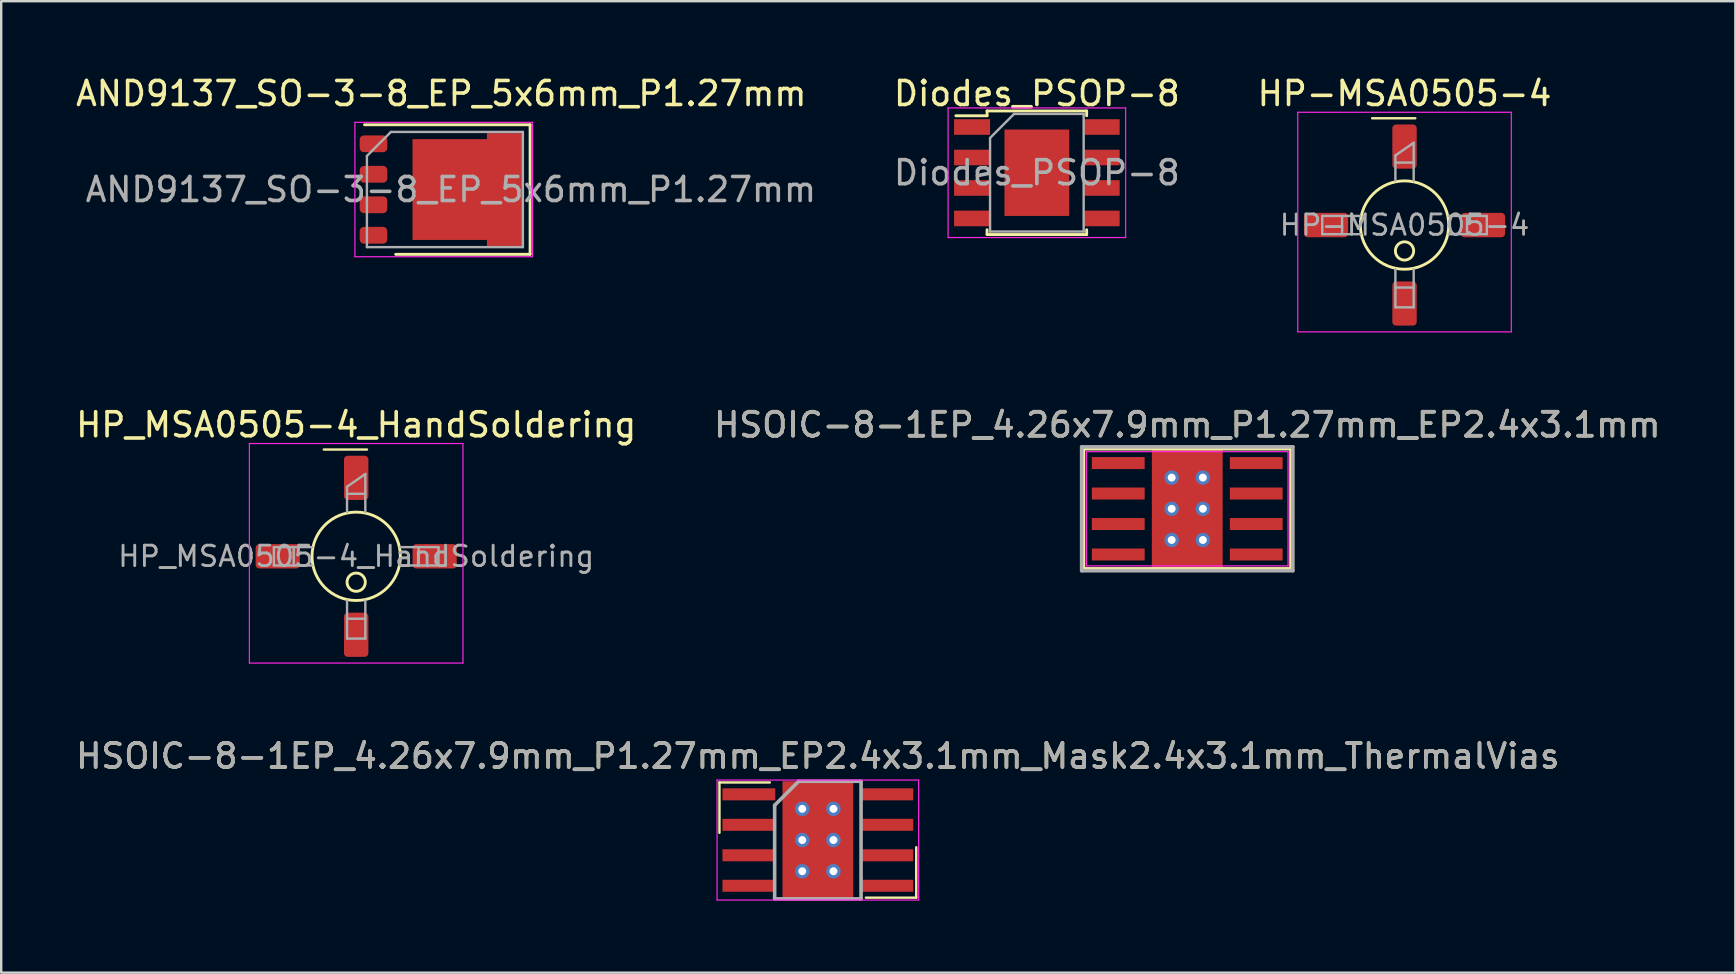
<source format=kicad_pcb>
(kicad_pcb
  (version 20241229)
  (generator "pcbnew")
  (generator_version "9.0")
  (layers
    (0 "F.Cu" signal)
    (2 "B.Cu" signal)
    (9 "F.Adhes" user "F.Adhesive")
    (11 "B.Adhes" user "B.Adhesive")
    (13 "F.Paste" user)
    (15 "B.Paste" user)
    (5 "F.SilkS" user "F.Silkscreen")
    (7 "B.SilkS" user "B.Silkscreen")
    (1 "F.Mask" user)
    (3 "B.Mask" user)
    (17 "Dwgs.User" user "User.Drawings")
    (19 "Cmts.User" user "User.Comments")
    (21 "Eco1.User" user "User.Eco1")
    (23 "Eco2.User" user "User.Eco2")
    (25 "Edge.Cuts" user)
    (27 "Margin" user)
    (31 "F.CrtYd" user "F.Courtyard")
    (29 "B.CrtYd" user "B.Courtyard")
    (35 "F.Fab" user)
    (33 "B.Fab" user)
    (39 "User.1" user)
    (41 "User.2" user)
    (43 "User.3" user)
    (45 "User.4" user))
  (footprint "HP-MSA0505-4"
    (layer "F.Cu")
    (at 55.477 6.328)
    (property "Reference" "HP-MSA0505-4" (at 0 -5.48 0) (layer "F.SilkS") (effects (font (size 1 1) (thickness 0.15))))
    (attr smd)
    (fp_line (start 0.45 -4.45) (end -1.35 -4.45) (stroke (width 0.1) (type solid)) (layer "F.SilkS"))
    (fp_circle (center 0 0) (end 1.841 0) (stroke (width 0.12) (type solid)) (fill no) (layer "F.SilkS"))
    (fp_circle (center 0 1.079) (end 0.381 1.079) (stroke (width 0.12) (type solid)) (fill no) (layer "F.SilkS"))
    (fp_line (start -4.45 -4.7) (end 4.45 -4.7) (stroke (width 0.05) (type solid)) (layer "F.CrtYd"))
    (fp_line (start -4.45 4.45) (end -4.45 -4.7) (stroke (width 0.05) (type solid)) (layer "F.CrtYd"))
    (fp_line (start 4.45 -4.7) (end 4.45 4.45) (stroke (width 0.05) (type solid)) (layer "F.CrtYd"))
    (fp_line (start 4.45 4.45) (end -4.45 4.45) (stroke (width 0.05) (type solid)) (layer "F.CrtYd"))
    (fp_line (start -3.429 -0.381) (end -3.429 0.381) (stroke (width 0.1) (type solid)) (layer "F.Fab"))
    (fp_line (start -3.429 0.381) (end -1.841 0.381) (stroke (width 0.1) (type solid)) (layer "F.Fab"))
    (fp_line (start -2.603 -0.381) (end -2.603 0.381) (stroke (width 0.1) (type solid)) (layer "F.Fab"))
    (fp_line (start -1.841 -0.381) (end -3.429 -0.381) (stroke (width 0.1) (type solid)) (layer "F.Fab"))
    (fp_line (start -0.381 -2.9) (end 0.381 -3.429) (stroke (width 0.1) (type solid)) (layer "F.Fab"))
    (fp_line (start -0.381 -2.603) (end 0.381 -2.603) (stroke (width 0.1) (type solid)) (layer "F.Fab"))
    (fp_line (start -0.381 -1.841) (end -0.381 -2.9) (stroke (width 0.1) (type solid)) (layer "F.Fab"))
    (fp_line (start -0.381 2.603) (end 0.381 2.603) (stroke (width 0.1) (type solid)) (layer "F.Fab"))
    (fp_line (start -0.381 3.429) (end -0.381 1.841) (stroke (width 0.1) (type solid)) (layer "F.Fab"))
    (fp_line (start 0.381 -3.429) (end 0.381 -1.841) (stroke (width 0.1) (type solid)) (layer "F.Fab"))
    (fp_line (start 0.381 1.841) (end 0.381 3.429) (stroke (width 0.1) (type solid)) (layer "F.Fab"))
    (fp_line (start 0.381 3.429) (end -0.381 3.429) (stroke (width 0.1) (type solid)) (layer "F.Fab"))
    (fp_line (start 1.841 -0.381) (end 3.429 -0.381) (stroke (width 0.1) (type solid)) (layer "F.Fab"))
    (fp_line (start 2.603 -0.381) (end 2.603 0.381) (stroke (width 0.1) (type solid)) (layer "F.Fab"))
    (fp_line (start 3.429 -0.381) (end 3.429 0.381) (stroke (width 0.1) (type solid)) (layer "F.Fab"))
    (fp_line (start 3.429 0.381) (end 1.841 0.381) (stroke (width 0.1) (type solid)) (layer "F.Fab"))
    (fp_text user "${REFERENCE}" (at 0 0 0) (layer "F.Fab") (effects (font (size 0.85 0.85) (thickness 0.12))))
    (pad "1" smd roundrect (at 0 -3.27) (size 1.016 1.841) (layers "F.Cu" "F.Mask" "F.Paste") (roundrect_rratio 0.15))
    (pad "2" smd roundrect (at -3.27 0) (size 1.841 1.016) (layers "F.Cu" "F.Mask" "F.Paste") (roundrect_rratio 0.15))
    (pad "3" smd roundrect (at 0 3.27) (size 1.016 1.841) (layers "F.Cu" "F.Mask" "F.Paste") (roundrect_rratio 0.15))
    (pad "4" smd roundrect (at 3.27 0) (size 1.841 1.016) (layers "F.Cu" "F.Mask" "F.Paste") (roundrect_rratio 0.15)))
  (footprint "AND9137_SO-3-8_EP_5x6mm_P1.27mm"
    (layer "F.Cu")
    (at 15.339 4.848)
    (property "Reference" "AND9137_SO-3-8_EP_5x6mm_P1.27mm" (at 0 -4 0) (layer "F.SilkS") (effects (font (size 1 1) (thickness 0.15))))
    (attr smd)
    (fp_line (start -1.9 2.7) (end 3.7 2.7) (stroke (width 0.12) (type solid)) (layer "F.SilkS"))
    (fp_line (start 3.7 -2.7) (end -3.2 -2.7) (stroke (width 0.12) (type solid)) (layer "F.SilkS"))
    (fp_line (start 3.7 2.7) (end 3.7 -2.7) (stroke (width 0.12) (type solid)) (layer "F.SilkS"))
    (fp_line (start -3.6 -2.8) (end 3.8 -2.8) (stroke (width 0.05) (type solid)) (layer "F.CrtYd"))
    (fp_line (start -3.6 2.8) (end -3.6 -2.8) (stroke (width 0.05) (type solid)) (layer "F.CrtYd"))
    (fp_line (start 3.8 -2.8) (end 3.8 2.8) (stroke (width 0.05) (type solid)) (layer "F.CrtYd"))
    (fp_line (start 3.8 2.8) (end -3.6 2.8) (stroke (width 0.05) (type solid)) (layer "F.CrtYd"))
    (fp_line (start -3.1 -1.4) (end -3.1 2.4) (stroke (width 0.1) (type solid)) (layer "F.Fab"))
    (fp_line (start -3.1 -1.4) (end -2.1 -2.4) (stroke (width 0.1) (type solid)) (layer "F.Fab"))
    (fp_line (start -3.1 2.4) (end 3.4 2.4) (stroke (width 0.1) (type solid)) (layer "F.Fab"))
    (fp_line (start 3.4 -2.4) (end -2.1 -2.4) (stroke (width 0.1) (type solid)) (layer "F.Fab"))
    (fp_line (start 3.4 2.4) (end 3.4 -2.4) (stroke (width 0.1) (type solid)) (layer "F.Fab"))
    (fp_text user "${REFERENCE}" (at 0.4 0 180) (layer "F.Fab") (effects (font (size 1 1) (thickness 0.15))))
    (pad "" smd rect (at -0.65 -1.15 90) (size 0.9 0.6) (layers "F.Paste"))
    (pad "" smd rect (at -0.65 0 90) (size 0.9 0.6) (layers "F.Paste"))
    (pad "" smd rect (at -0.65 1.15 90) (size 0.9 0.6) (layers "F.Paste"))
    (pad "" smd rect (at 0.2 -1.15 90) (size 0.9 0.6) (layers "F.Paste"))
    (pad "" smd rect (at 0.2 0 90) (size 0.9 0.6) (layers "F.Paste"))
    (pad "" smd rect (at 0.2 1.15 90) (size 0.9 0.6) (layers "F.Paste"))
    (pad "" smd rect (at 1.05 -1.15 90) (size 0.9 0.6) (layers "F.Paste"))
    (pad "" smd rect (at 1.05 0 90) (size 0.9 0.6) (layers "F.Paste"))
    (pad "" smd rect (at 1.05 1.15 90) (size 0.9 0.6) (layers "F.Paste"))
    (pad "" smd rect (at 1.9 -1.15 90) (size 0.9 0.6) (layers "F.Paste"))
    (pad "" smd rect (at 1.9 0 90) (size 0.9 0.6) (layers "F.Paste"))
    (pad "" smd rect (at 1.9 1.15 90) (size 0.9 0.6) (layers "F.Paste"))
    (pad "" smd rect (at 2.9 -1.91 90) (size 0.6 0.9) (layers "F.Paste"))
    (pad "" smd rect (at 2.9 -0.64 90) (size 0.6 0.9) (layers "F.Paste"))
    (pad "" smd rect (at 2.9 0.63 90) (size 0.6 0.9) (layers "F.Paste"))
    (pad "" smd rect (at 2.9 1.9 90) (size 0.6 0.9) (layers "F.Paste"))
    (pad "1" smd roundrect (at -2.825 -1.905 90) (size 0.7 1.15) (layers "F.Cu" "F.Mask" "F.Paste") (roundrect_rratio 0.25))
    (pad "1" smd roundrect (at -2.825 -0.635 90) (size 0.7 1.15) (layers "F.Cu" "F.Mask" "F.Paste") (roundrect_rratio 0.25))
    (pad "1" smd roundrect (at -2.825 0.635 90) (size 0.7 1.15) (layers "F.Cu" "F.Mask" "F.Paste") (roundrect_rratio 0.25))
    (pad "2" smd roundrect (at -2.825 1.905 90) (size 0.7 1.15) (layers "F.Cu" "F.Mask" "F.Paste") (roundrect_rratio 0.25))
    (pad "3" smd custom (at -0.1 0 90) (size 4 2) (layers "F.Cu" "F.Mask") (options (anchor rect)) (primitives (gr_poly (pts (xy -2.35 3.5) (xy 2.35 3.5) (xy 2.35 2) (xy 2.1 2) (xy 2.1 -1.1) (xy -2.1 -1.1) (xy -2.1 2) (xy -2.35 2)) (width 0) (fill yes)))))
  (footprint "Diodes_PSOP-8"
    (layer "F.Cu")
    (at 40.156 4.148)
    (property "Reference" "Diodes_PSOP-8" (at 0 -3.3 0) (layer "F.SilkS") (effects (font (size 1 1) (thickness 0.15))))
    (attr smd)
    (fp_line (start -2.075 -2.575) (end -2.075 -2.375) (stroke (width 0.12) (type solid)) (layer "F.SilkS"))
    (fp_line (start -2.075 -2.575) (end 2.075 -2.575) (stroke (width 0.12) (type solid)) (layer "F.SilkS"))
    (fp_line (start -2.075 -2.375) (end -3.375 -2.375) (stroke (width 0.12) (type solid)) (layer "F.SilkS"))
    (fp_line (start -2.075 2.575) (end -2.075 2.375) (stroke (width 0.12) (type solid)) (layer "F.SilkS"))
    (fp_line (start -2.075 2.575) (end 2.075 2.575) (stroke (width 0.12) (type solid)) (layer "F.SilkS"))
    (fp_line (start 2.075 -2.575) (end 2.075 -2.375) (stroke (width 0.12) (type solid)) (layer "F.SilkS"))
    (fp_line (start 2.075 2.575) (end 2.075 2.375) (stroke (width 0.12) (type solid)) (layer "F.SilkS"))
    (fp_line (start -3.7 -2.7) (end -3.7 2.7) (stroke (width 0.05) (type solid)) (layer "F.CrtYd"))
    (fp_line (start -3.7 -2.7) (end 3.7 -2.7) (stroke (width 0.05) (type solid)) (layer "F.CrtYd"))
    (fp_line (start -3.7 2.7) (end 3.7 2.7) (stroke (width 0.05) (type solid)) (layer "F.CrtYd"))
    (fp_line (start 3.7 -2.7) (end 3.7 2.7) (stroke (width 0.05) (type solid)) (layer "F.CrtYd"))
    (fp_line (start -1.95 -1.45) (end -0.95 -2.45) (stroke (width 0.1) (type solid)) (layer "F.Fab"))
    (fp_line (start -1.95 2.45) (end -1.95 -1.45) (stroke (width 0.1) (type solid)) (layer "F.Fab"))
    (fp_line (start -0.95 -2.45) (end 1.95 -2.45) (stroke (width 0.1) (type solid)) (layer "F.Fab"))
    (fp_line (start 1.95 -2.45) (end 1.95 2.45) (stroke (width 0.1) (type solid)) (layer "F.Fab"))
    (fp_line (start 1.95 2.45) (end -1.95 2.45) (stroke (width 0.1) (type solid)) (layer "F.Fab"))
    (fp_text user "${REFERENCE}" (at 0 0 0) (layer "F.Fab") (effects (font (size 1 1) (thickness 0.15))))
    (pad "" smd rect (at -0.675 -0.9) (size 0.8 1) (layers "F.Paste"))
    (pad "" smd rect (at -0.675 0.9) (size 0.8 1) (layers "F.Paste"))
    (pad "" smd rect (at 0.675 -0.9) (size 0.8 1) (layers "F.Paste"))
    (pad "" smd rect (at 0.675 0.9) (size 0.8 1) (layers "F.Paste"))
    (pad "1" smd rect (at -2.7 -1.905) (size 1.5 0.65) (layers "F.Cu" "F.Mask" "F.Paste"))
    (pad "2" smd rect (at -2.7 -0.635) (size 1.5 0.65) (layers "F.Cu" "F.Mask" "F.Paste"))
    (pad "3" smd rect (at -2.7 0.635) (size 1.5 0.65) (layers "F.Cu" "F.Mask" "F.Paste"))
    (pad "4" smd rect (at -2.7 1.905) (size 1.5 0.65) (layers "F.Cu" "F.Mask" "F.Paste"))
    (pad "5" smd rect (at 2.7 1.905) (size 1.5 0.65) (layers "F.Cu" "F.Mask" "F.Paste"))
    (pad "6" smd rect (at 2.7 0.635) (size 1.5 0.65) (layers "F.Cu" "F.Mask" "F.Paste"))
    (pad "7" smd rect (at 2.7 -0.635) (size 1.5 0.65) (layers "F.Cu" "F.Mask" "F.Paste"))
    (pad "8" smd rect (at 2.7 -1.905) (size 1.5 0.65) (layers "F.Cu" "F.Mask" "F.Paste"))
    (pad "9" smd rect (at 0 0) (size 2.7 3.6) (layers "F.Cu" "F.Mask")))
  (footprint "HSOIC-8-1EP_4.26x7.9mm_P1.27mm_EP2.4x3.1mm_Mask2.4x3.1mm_ThermalVias"
    (layer "F.Cu")
    (at 31.03 31.955)
    (property "Reference" "HSOIC-8-1EP_4.26x7.9mm_P1.27mm_EP2.4x3.1mm_Mask2.4x3.1mm_ThermalVias" (at 0 -3.5 0) (layer "F.SilkS") (effects (font (size 1 1) (thickness 0.15))))
    (attr smd)
    (fp_line (start -4.1 -2.4) (end -2 -2.4) (stroke (width 0.1) (type solid)) (layer "F.SilkS"))
    (fp_line (start -4.1 -0.3) (end -4.1 -2.4) (stroke (width 0.1) (type solid)) (layer "F.SilkS"))
    (fp_line (start 4.1 0.3) (end 4.1 2.4) (stroke (width 0.1) (type solid)) (layer "F.SilkS"))
    (fp_line (start 4.1 2.4) (end 2 2.4) (stroke (width 0.1) (type solid)) (layer "F.SilkS"))
    (fp_line (start -4.2 -2.5) (end 4.2 -2.5) (stroke (width 0.05) (type solid)) (layer "F.CrtYd"))
    (fp_line (start -4.2 2.5) (end -4.2 -2.5) (stroke (width 0.05) (type solid)) (layer "F.CrtYd"))
    (fp_line (start 4.2 -2.5) (end 4.2 2.5) (stroke (width 0.05) (type solid)) (layer "F.CrtYd"))
    (fp_line (start 4.2 2.5) (end -4.2 2.5) (stroke (width 0.05) (type solid)) (layer "F.CrtYd"))
    (fp_line (start -1.8 -1.45) (end -0.8 -2.45) (stroke (width 0.15) (type solid)) (layer "F.Fab"))
    (fp_line (start -1.8 2.45) (end -1.8 -1.45) (stroke (width 0.15) (type solid)) (layer "F.Fab"))
    (fp_line (start -0.8 -2.45) (end 1.8 -2.45) (stroke (width 0.15) (type solid)) (layer "F.Fab"))
    (fp_line (start 1.8 -2.45) (end 1.8 2.45) (stroke (width 0.15) (type solid)) (layer "F.Fab"))
    (fp_line (start 1.8 2.45) (end -1.8 2.45) (stroke (width 0.15) (type solid)) (layer "F.Fab"))
    (fp_text user "${REFERENCE}" (at 0 -3.5 0) (layer "F.Fab") (effects (font (size 1 1) (thickness 0.15))))
    (pad "1" smd rect (at -2.875 -1.905) (size 2.2 0.5) (layers "F.Cu" "F.Mask" "F.Paste"))
    (pad "2" smd rect (at -2.875 -0.635) (size 2.2 0.5) (layers "F.Cu" "F.Mask" "F.Paste"))
    (pad "3" smd rect (at -2.875 0.635) (size 2.2 0.5) (layers "F.Cu" "F.Mask" "F.Paste"))
    (pad "4" smd rect (at -2.875 1.905) (size 2.2 0.5) (layers "F.Cu" "F.Mask" "F.Paste"))
    (pad "5" smd rect (at 2.875 1.905) (size 2.2 0.5) (layers "F.Cu" "F.Mask" "F.Paste"))
    (pad "6" smd rect (at 2.875 0.635) (size 2.2 0.5) (layers "F.Cu" "F.Mask" "F.Paste"))
    (pad "7" smd rect (at 2.875 -0.635) (size 2.2 0.5) (layers "F.Cu" "F.Mask" "F.Paste"))
    (pad "8" smd rect (at 2.875 -1.905) (size 2.2 0.5) (layers "F.Cu" "F.Mask" "F.Paste"))
    (pad "9" thru_hole circle (at -0.65 -1.3) (size 0.6 0.6) (drill 0.33) (layers "*.Cu" "*.Mask"))
    (pad "9" thru_hole circle (at -0.65 0) (size 0.6 0.6) (drill 0.33) (layers "*.Cu" "*.Mask"))
    (pad "9" thru_hole circle (at -0.65 1.3) (size 0.6 0.6) (drill 0.33) (layers "*.Cu" "*.Mask"))
    (pad "9" smd rect (at 0 0) (size 2.4 3.1) (layers "F.Cu" "F.Mask" "F.Paste"))
    (pad "9" smd rect (at 0 0) (size 2.95 4.9) (layers "F.Cu" "F.Paste"))
    (pad "9" thru_hole circle (at 0.65 -1.3) (size 0.6 0.6) (drill 0.33) (layers "*.Cu" "*.Mask"))
    (pad "9" thru_hole circle (at 0.65 0) (size 0.6 0.6) (drill 0.33) (layers "*.Cu" "*.Mask"))
    (pad "9" thru_hole circle (at 0.65 1.3) (size 0.6 0.6) (drill 0.33) (layers "*.Cu" "*.Mask")))
  (footprint "HP_MSA0505-4_HandSoldering"
    (layer "F.Cu")
    (at 11.792 20.131)
    (property "Reference" "HP_MSA0505-4_HandSoldering" (at 0 -5.48 0) (layer "F.SilkS") (effects (font (size 1 1) (thickness 0.15))))
    (attr smd)
    (fp_line (start 0.45 -4.45) (end -1.35 -4.45) (stroke (width 0.1) (type solid)) (layer "F.SilkS"))
    (fp_circle (center 0 0) (end 1.841 0) (stroke (width 0.12) (type solid)) (fill no) (layer "F.SilkS"))
    (fp_circle (center 0 1.079) (end 0.381 1.079) (stroke (width 0.12) (type solid)) (fill no) (layer "F.SilkS"))
    (fp_line (start -4.45 -4.7) (end 4.45 -4.7) (stroke (width 0.05) (type solid)) (layer "F.CrtYd"))
    (fp_line (start -4.45 4.45) (end -4.45 -4.7) (stroke (width 0.05) (type solid)) (layer "F.CrtYd"))
    (fp_line (start 4.45 -4.7) (end 4.45 4.45) (stroke (width 0.05) (type solid)) (layer "F.CrtYd"))
    (fp_line (start 4.45 4.45) (end -4.45 4.45) (stroke (width 0.05) (type solid)) (layer "F.CrtYd"))
    (fp_line (start -3.429 -0.381) (end -3.429 0.381) (stroke (width 0.1) (type solid)) (layer "F.Fab"))
    (fp_line (start -3.429 0.381) (end -1.841 0.381) (stroke (width 0.1) (type solid)) (layer "F.Fab"))
    (fp_line (start -2.603 -0.381) (end -2.603 0.381) (stroke (width 0.1) (type solid)) (layer "F.Fab"))
    (fp_line (start -1.841 -0.381) (end -3.429 -0.381) (stroke (width 0.1) (type solid)) (layer "F.Fab"))
    (fp_line (start -0.381 -2.9) (end 0.381 -3.429) (stroke (width 0.1) (type solid)) (layer "F.Fab"))
    (fp_line (start -0.381 -2.603) (end 0.381 -2.603) (stroke (width 0.1) (type solid)) (layer "F.Fab"))
    (fp_line (start -0.381 -1.841) (end -0.381 -2.9) (stroke (width 0.1) (type solid)) (layer "F.Fab"))
    (fp_line (start -0.381 2.603) (end 0.381 2.603) (stroke (width 0.1) (type solid)) (layer "F.Fab"))
    (fp_line (start -0.381 3.429) (end -0.381 1.841) (stroke (width 0.1) (type solid)) (layer "F.Fab"))
    (fp_line (start 0.381 -3.429) (end 0.381 -1.841) (stroke (width 0.1) (type solid)) (layer "F.Fab"))
    (fp_line (start 0.381 1.841) (end 0.381 3.429) (stroke (width 0.1) (type solid)) (layer "F.Fab"))
    (fp_line (start 0.381 3.429) (end -0.381 3.429) (stroke (width 0.1) (type solid)) (layer "F.Fab"))
    (fp_line (start 1.841 -0.381) (end 3.429 -0.381) (stroke (width 0.1) (type solid)) (layer "F.Fab"))
    (fp_line (start 2.603 -0.381) (end 2.603 0.381) (stroke (width 0.1) (type solid)) (layer "F.Fab"))
    (fp_line (start 3.429 -0.381) (end 3.429 0.381) (stroke (width 0.1) (type solid)) (layer "F.Fab"))
    (fp_line (start 3.429 0.381) (end 1.841 0.381) (stroke (width 0.1) (type solid)) (layer "F.Fab"))
    (fp_text user "${REFERENCE}" (at 0 0 0) (layer "F.Fab") (effects (font (size 0.85 0.85) (thickness 0.12))))
    (pad "1" smd roundrect (at 0 -3.27) (size 1.016 1.841) (layers "F.Cu" "F.Mask" "F.Paste") (roundrect_rratio 0.15))
    (pad "2" smd roundrect (at -3.27 0) (size 1.841 1.016) (layers "F.Cu" "F.Mask" "F.Paste") (roundrect_rratio 0.15))
    (pad "3" smd roundrect (at 0 3.27) (size 1.016 1.841) (layers "F.Cu" "F.Mask" "F.Paste") (roundrect_rratio 0.15))
    (pad "4" smd roundrect (at 3.27 0) (size 1.841 1.016) (layers "F.Cu" "F.Mask" "F.Paste") (roundrect_rratio 0.15)))
  (footprint "HSOIC-8-1EP_4.26x7.9mm_P1.27mm_EP2.4x3.1mm"
    (layer "F.Cu")
    (at 46.423 18.151)
    (property "Reference" "HSOIC-8-1EP_4.26x7.9mm_P1.27mm_EP2.4x3.1mm" (at 0 -3.5 0) (layer "F.SilkS") (effects (font (size 1 1) (thickness 0.15))))
    (attr smd)
    (fp_line (start -4.3 -2.48) (end 4.3 -2.48) (stroke (width 0.1) (type solid)) (layer "F.SilkS"))
    (fp_line (start -4.3 2.48) (end -4.3 -2.48) (stroke (width 0.1) (type solid)) (layer "F.SilkS"))
    (fp_line (start 4.3 -2.48) (end 4.3 2.48) (stroke (width 0.1) (type solid)) (layer "F.SilkS"))
    (fp_line (start 4.3 2.48) (end -4.3 2.48) (stroke (width 0.1) (type solid)) (layer "F.SilkS"))
    (fp_line (start -4.2 -2.38) (end 4.2 -2.38) (stroke (width 0.05) (type solid)) (layer "F.CrtYd"))
    (fp_line (start -4.2 2.38) (end -4.2 -2.38) (stroke (width 0.05) (type solid)) (layer "F.CrtYd"))
    (fp_line (start 4.2 -2.38) (end 4.2 2.38) (stroke (width 0.05) (type solid)) (layer "F.CrtYd"))
    (fp_line (start 4.2 2.38) (end -4.2 2.38) (stroke (width 0.05) (type solid)) (layer "F.CrtYd"))
    (fp_line (start -4.4 -2.58) (end 4.4 -2.58) (stroke (width 0.15) (type solid)) (layer "F.Fab"))
    (fp_line (start -4.4 2.58) (end -4.4 -2.58) (stroke (width 0.15) (type solid)) (layer "F.Fab"))
    (fp_line (start 4.4 -2.58) (end 4.4 2.58) (stroke (width 0.15) (type solid)) (layer "F.Fab"))
    (fp_line (start 4.4 2.58) (end -4.4 2.58) (stroke (width 0.15) (type solid)) (layer "F.Fab"))
    (fp_text user "${REFERENCE}" (at 0 -3.5 0) (layer "F.Fab") (effects (font (size 1 1) (thickness 0.15))))
    (pad "1" smd rect (at -2.875 -1.905) (size 2.2 0.5) (layers "F.Cu" "F.Mask" "F.Paste"))
    (pad "2" smd rect (at -2.875 -0.635) (size 2.2 0.5) (layers "F.Cu" "F.Mask" "F.Paste"))
    (pad "3" smd rect (at -2.875 0.635) (size 2.2 0.5) (layers "F.Cu" "F.Mask" "F.Paste"))
    (pad "4" smd rect (at -2.875 1.905) (size 2.2 0.5) (layers "F.Cu" "F.Mask" "F.Paste"))
    (pad "5" smd rect (at 2.875 1.905) (size 2.2 0.5) (layers "F.Cu" "F.Mask" "F.Paste"))
    (pad "6" smd rect (at 2.875 0.635) (size 2.2 0.5) (layers "F.Cu" "F.Mask" "F.Paste"))
    (pad "7" smd rect (at 2.875 -0.635) (size 2.2 0.5) (layers "F.Cu" "F.Mask" "F.Paste"))
    (pad "8" smd rect (at 2.875 -1.905) (size 2.2 0.5) (layers "F.Cu" "F.Mask" "F.Paste"))
    (pad "9" thru_hole circle (at -0.65 -1.3) (size 0.6 0.6) (drill 0.33) (layers "*.Cu" "*.Mask"))
    (pad "9" thru_hole circle (at -0.65 0) (size 0.6 0.6) (drill 0.33) (layers "*.Cu" "*.Mask"))
    (pad "9" thru_hole circle (at -0.65 1.3) (size 0.6 0.6) (drill 0.33) (layers "*.Cu" "*.Mask"))
    (pad "9" smd rect (at 0 0) (size 2.95 4.9) (layers "F.Cu" "F.Mask" "F.Paste"))
    (pad "9" thru_hole circle (at 0.65 -1.3) (size 0.6 0.6) (drill 0.33) (layers "*.Cu" "*.Mask"))
    (pad "9" thru_hole circle (at 0.65 0) (size 0.6 0.6) (drill 0.33) (layers "*.Cu" "*.Mask"))
    (pad "9" thru_hole circle (at 0.65 1.3) (size 0.6 0.6) (drill 0.33) (layers "*.Cu" "*.Mask")))
  (gr_rect
    (start -3 -3)
    (end 69.262 37.48)
    (stroke (width 0.1) (type default))
    (fill no)
    (layer "Edge.Cuts")))
</source>
